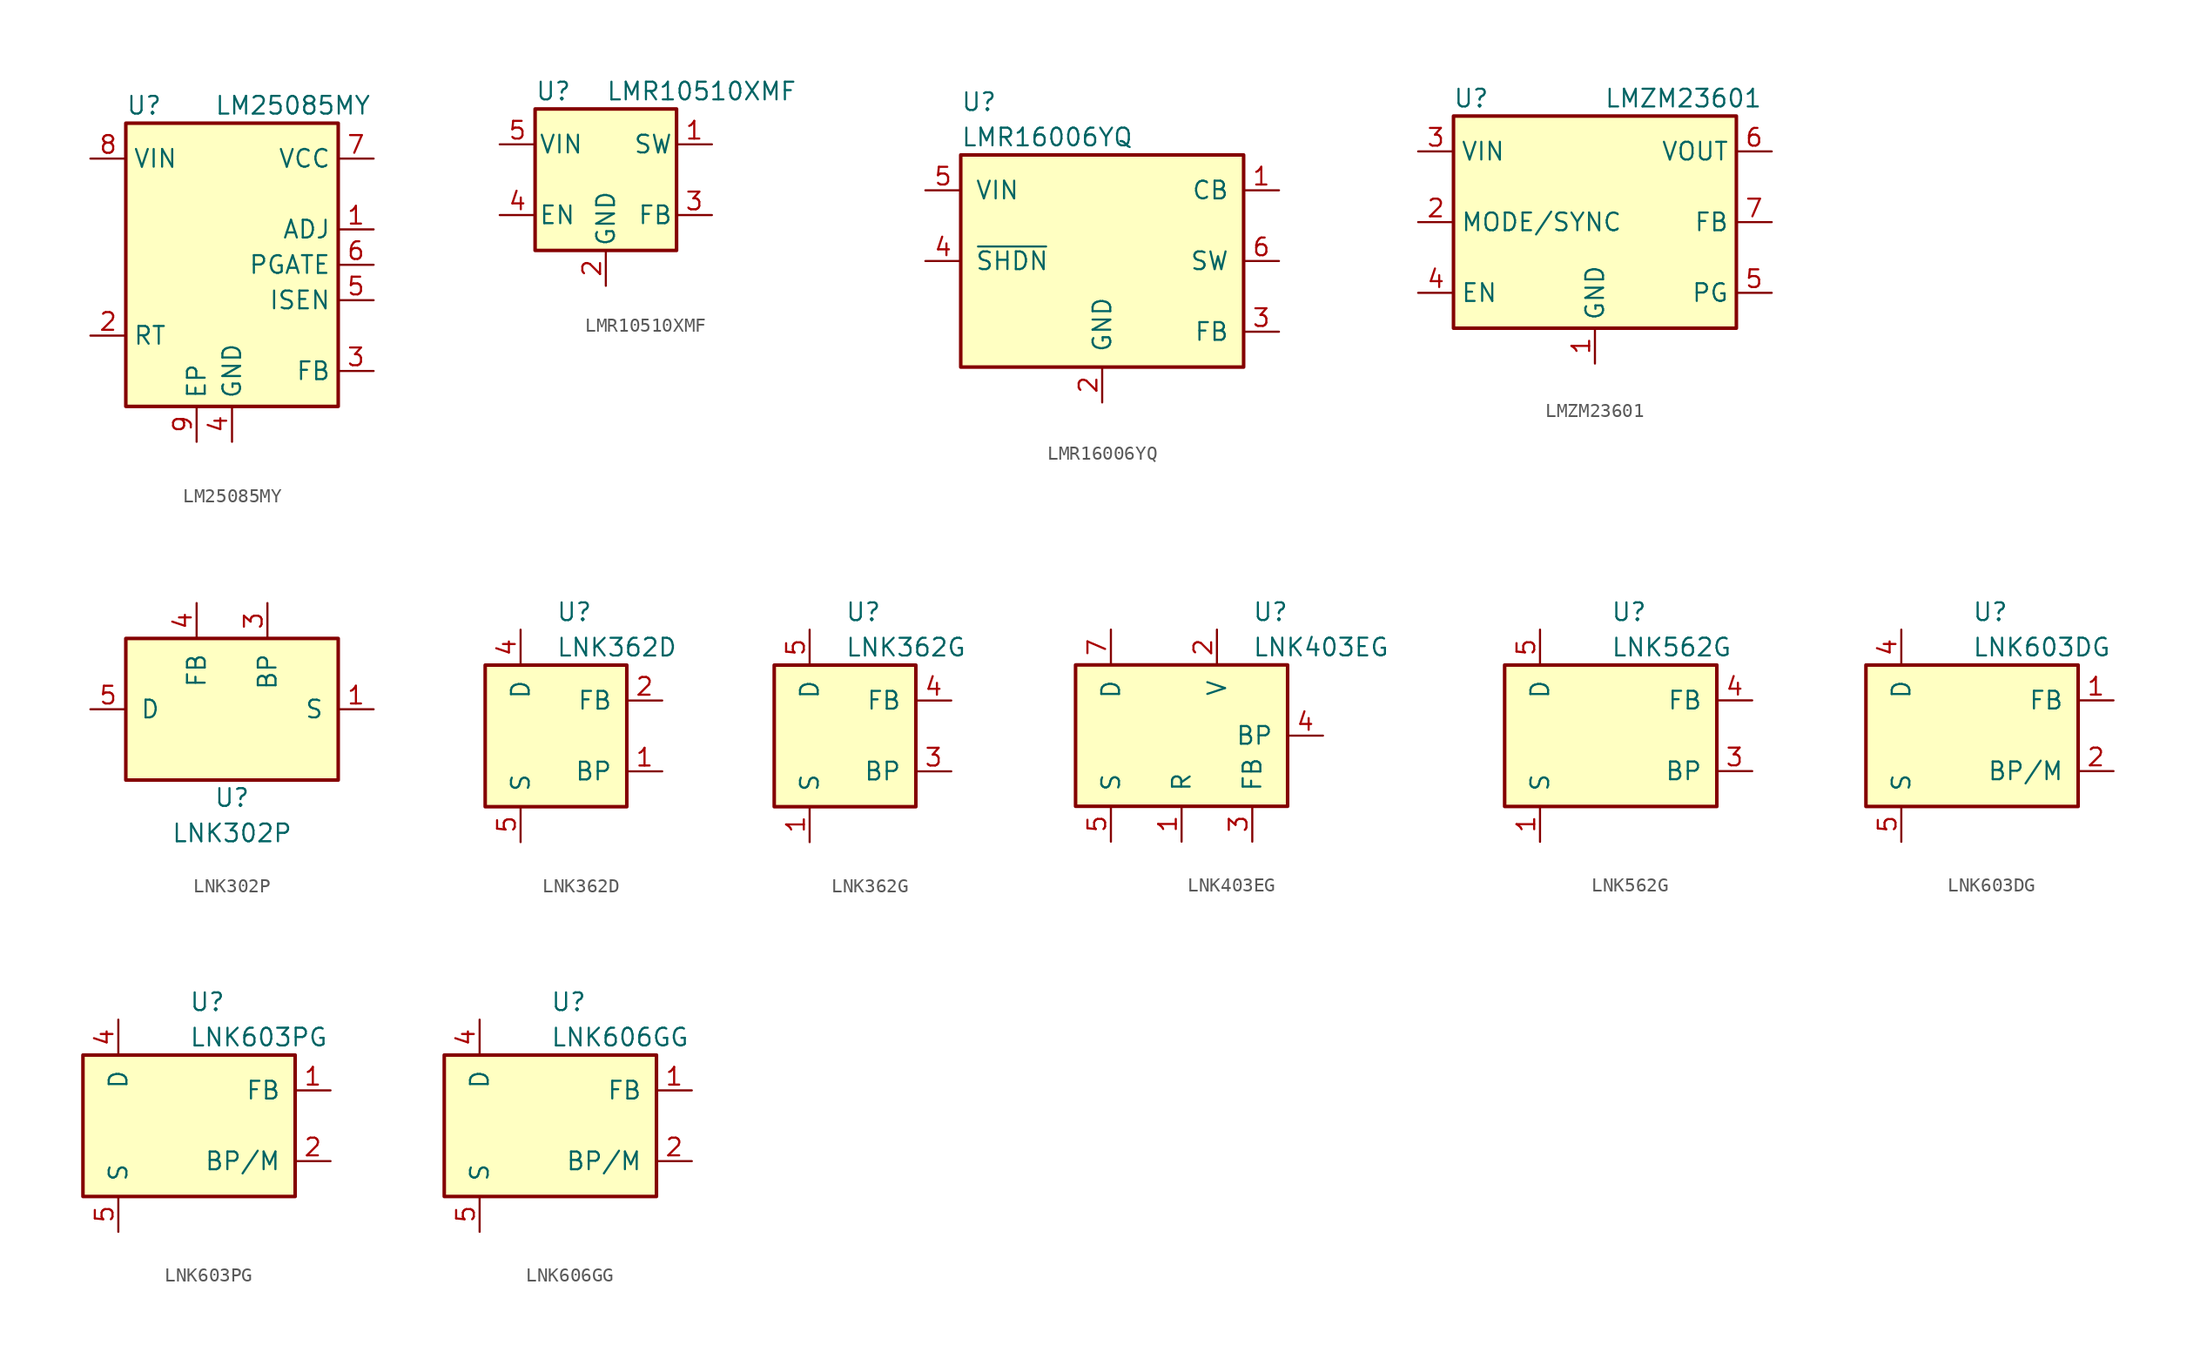
<source format=kicad_sym>
(kicad_symbol_lib
  (version 20201005)
  (generator kicad_symbol_editor)
  (symbol "LM25085MY"
    (property "Reference" "U"
      (at -7.62 11.43 0)
      (effects (font (size 1.27 1.27)) (justify left)))
    (property "Value" "LM25085MY"
      (at -1.27 11.43 0)
      (effects (font (size 1.27 1.27)) (justify left)))
    (symbol "LM25085MY_0_1"
      (rectangle (start -7.62 10.16) (end 7.62 -10.16) (stroke (width 0.254)) (fill (type background))))
    (symbol "LM25085MY_1_1"
      (pin input line (at 10.16 2.54 180) (length 2.54) (name "ADJ" (effects (font (size 1.27 1.27)))) (number "1" (effects (font (size 1.27 1.27)))))
      (pin input line (at -10.16 -5.08 0) (length 2.54) (name "RT" (effects (font (size 1.27 1.27)))) (number "2" (effects (font (size 1.27 1.27)))))
      (pin input line (at 10.16 -7.62 180) (length 2.54) (name "FB" (effects (font (size 1.27 1.27)))) (number "3" (effects (font (size 1.27 1.27)))))
      (pin power_in line (at 0 -12.7 90) (length 2.54) (name "GND" (effects (font (size 1.27 1.27)))) (number "4" (effects (font (size 1.27 1.27)))))
      (pin input line (at 10.16 -2.54 180) (length 2.54) (name "ISEN" (effects (font (size 1.27 1.27)))) (number "5" (effects (font (size 1.27 1.27)))))
      (pin output line (at 10.16 0 180) (length 2.54) (name "PGATE" (effects (font (size 1.27 1.27)))) (number "6" (effects (font (size 1.27 1.27)))))
      (pin power_out line (at 10.16 7.62 180) (length 2.54) (name "VCC" (effects (font (size 1.27 1.27)))) (number "7" (effects (font (size 1.27 1.27)))))
      (pin power_in line (at -10.16 7.62 0) (length 2.54) (name "VIN" (effects (font (size 1.27 1.27)))) (number "8" (effects (font (size 1.27 1.27)))))
      (pin passive line (at -2.54 -12.7 90) (length 2.54) (name "EP" (effects (font (size 1.27 1.27)))) (number "9" (effects (font (size 1.27 1.27)))))))
  (symbol "LMR10510XMF"
    (pin_names
      (offset 0.254))
    (property "Reference" "U"
      (at -5.08 6.35 0)
      (effects (font (size 1.27 1.27)) (justify left)))
    (property "Value" "LMR10510XMF"
      (at 0 6.35 0)
      (effects (font (size 1.27 1.27)) (justify left)))
    (symbol "LMR10510XMF_0_1"
      (rectangle (start -5.08 5.08) (end 5.08 -5.08) (stroke (width 0.254)) (fill (type background))))
    (symbol "LMR10510XMF_1_1"
      (pin output line (at 7.62 2.54 180) (length 2.54) (name "SW" (effects (font (size 1.27 1.27)))) (number "1" (effects (font (size 1.27 1.27)))))
      (pin power_in line (at 0 -7.62 90) (length 2.54) (name "GND" (effects (font (size 1.27 1.27)))) (number "2" (effects (font (size 1.27 1.27)))))
      (pin input line (at 7.62 -2.54 180) (length 2.54) (name "FB" (effects (font (size 1.27 1.27)))) (number "3" (effects (font (size 1.27 1.27)))))
      (pin input line (at -7.62 -2.54 0) (length 2.54) (name "EN" (effects (font (size 1.27 1.27)))) (number "4" (effects (font (size 1.27 1.27)))))
      (pin input line (at -7.62 2.54 0) (length 2.54) (name "VIN" (effects (font (size 1.27 1.27)))) (number "5" (effects (font (size 1.27 1.27)))))))
  (symbol "LMR16006YQ"
    (pin_names
      (offset 1.016))
    (property "Reference" "U"
      (at -10.16 11.43 0)
      (effects (font (size 1.27 1.27)) (justify left)))
    (property "Value" "LMR16006YQ"
      (at -10.16 8.89 0)
      (effects (font (size 1.27 1.27)) (justify left)))
    (symbol "LMR16006YQ_0_1"
      (rectangle (start -10.16 7.62) (end 10.16 -7.62) (stroke (width 0.254)) (fill (type background))))
    (symbol "LMR16006YQ_1_1"
      (pin input line (at 12.7 5.08 180) (length 2.54) (name "CB" (effects (font (size 1.27 1.27)))) (number "1" (effects (font (size 1.27 1.27)))))
      (pin power_in line (at 0 -10.16 90) (length 2.54) (name "GND" (effects (font (size 1.27 1.27)))) (number "2" (effects (font (size 1.27 1.27)))))
      (pin input line (at 12.7 -5.08 180) (length 2.54) (name "FB" (effects (font (size 1.27 1.27)))) (number "3" (effects (font (size 1.27 1.27)))))
      (pin input line (at -12.7 0 0) (length 2.54) (name "~SHDN" (effects (font (size 1.27 1.27)))) (number "4" (effects (font (size 1.27 1.27)))))
      (pin power_in line (at -12.7 5.08 0) (length 2.54) (name "VIN" (effects (font (size 1.27 1.27)))) (number "5" (effects (font (size 1.27 1.27)))))
      (pin output line (at 12.7 0 180) (length 2.54) (name "SW" (effects (font (size 1.27 1.27)))) (number "6" (effects (font (size 1.27 1.27)))))))
  (symbol "LMZM23601"
    (property "Reference" "U"
      (at -8.89 8.89 0)
      (effects (font (size 1.27 1.27))))
    (property "Value" "LMZM23601"
      (at 6.35 8.89 0)
      (effects (font (size 1.27 1.27))))
    (symbol "LMZM23601_0_1"
      (rectangle (start -10.16 7.62) (end 10.16 -7.62) (stroke (width 0.254)) (fill (type background))))
    (symbol "LMZM23601_1_1"
      (pin power_in line (at 0 -10.16 90) (length 2.54) (name "GND" (effects (font (size 1.27 1.27)))) (number "1" (effects (font (size 1.27 1.27)))))
      (pin no_connect line (at -2.54 -7.62 90) (length 2.54) hide (name "~" (effects (font (size 1.27 1.27)))) (number "10" (effects (font (size 1.27 1.27)))))
      (pin passive line (at 0 -10.16 90) (length 2.54) hide (name "GND" (effects (font (size 1.27 1.27)))) (number "11" (effects (font (size 1.27 1.27)))))
      (pin input line (at -12.7 0 0) (length 2.54) (name "MODE/SYNC" (effects (font (size 1.27 1.27)))) (number "2" (effects (font (size 1.27 1.27)))))
      (pin power_in line (at -12.7 5.08 0) (length 2.54) (name "VIN" (effects (font (size 1.27 1.27)))) (number "3" (effects (font (size 1.27 1.27)))))
      (pin input line (at -12.7 -5.08 0) (length 2.54) (name "EN" (effects (font (size 1.27 1.27)))) (number "4" (effects (font (size 1.27 1.27)))))
      (pin open_collector line (at 12.7 -5.08 180) (length 2.54) (name "PG" (effects (font (size 1.27 1.27)))) (number "5" (effects (font (size 1.27 1.27)))))
      (pin power_out line (at 12.7 5.08 180) (length 2.54) (name "VOUT" (effects (font (size 1.27 1.27)))) (number "6" (effects (font (size 1.27 1.27)))))
      (pin input line (at 12.7 0 180) (length 2.54) (name "FB" (effects (font (size 1.27 1.27)))) (number "7" (effects (font (size 1.27 1.27)))))
      (pin no_connect line (at 5.08 -7.62 90) (length 2.54) hide (name "~" (effects (font (size 1.27 1.27)))) (number "8" (effects (font (size 1.27 1.27)))))
      (pin no_connect line (at 2.54 -7.62 90) (length 2.54) hide (name "~" (effects (font (size 1.27 1.27)))) (number "9" (effects (font (size 1.27 1.27)))))))
  (symbol "LNK302P"
    (pin_names
      (offset 1.016))
    (property "Reference" "U"
      (at 0 -6.35 0)
      (effects (font (size 1.27 1.27))))
    (property "Value" "LNK302P"
      (at 0 -8.89 0)
      (effects (font (size 1.27 1.27))))
    (symbol "LNK302P_0_1"
      (rectangle (start -7.62 5.08) (end 7.62 -5.08) (stroke (width 0.254)) (fill (type background))))
    (symbol "LNK302P_1_1"
      (pin open_emitter line (at 10.16 0 180) (length 2.54) (name "S" (effects (font (size 1.27 1.27)))) (number "1" (effects (font (size 1.27 1.27)))))
      (pin open_emitter line (at 10.16 0 180) (length 2.54) hide (name "S" (effects (font (size 1.27 1.27)))) (number "2" (effects (font (size 1.27 1.27)))))
      (pin input line (at 2.54 7.62 270) (length 2.54) (name "BP" (effects (font (size 1.27 1.27)))) (number "3" (effects (font (size 1.27 1.27)))))
      (pin input line (at -2.54 7.62 270) (length 2.54) (name "FB" (effects (font (size 1.27 1.27)))) (number "4" (effects (font (size 1.27 1.27)))))
      (pin open_collector line (at -10.16 0 0) (length 2.54) (name "D" (effects (font (size 1.27 1.27)))) (number "5" (effects (font (size 1.27 1.27)))))
      (pin open_emitter line (at 10.16 0 180) (length 2.54) hide (name "S" (effects (font (size 1.27 1.27)))) (number "7" (effects (font (size 1.27 1.27)))))
      (pin open_emitter line (at 10.16 0 180) (length 2.54) hide (name "S" (effects (font (size 1.27 1.27)))) (number "8" (effects (font (size 1.27 1.27)))))))
  (symbol "LNK362D"
    (pin_names
      (offset 1.016))
    (property "Reference" "U"
      (at 0 8.89 0)
      (effects (font (size 1.27 1.27)) (justify left)))
    (property "Value" "LNK362D"
      (at 0 6.35 0)
      (effects (font (size 1.27 1.27)) (justify left)))
    (symbol "LNK362D_0_1"
      (rectangle (start -5.08 5.08) (end 5.08 -5.08) (stroke (width 0.254)) (fill (type background))))
    (symbol "LNK362D_1_1"
      (pin input line (at 7.62 -2.54 180) (length 2.54) (name "BP" (effects (font (size 1.27 1.27)))) (number "1" (effects (font (size 1.27 1.27)))))
      (pin input line (at 7.62 2.54 180) (length 2.54) (name "FB" (effects (font (size 1.27 1.27)))) (number "2" (effects (font (size 1.27 1.27)))))
      (pin open_collector line (at -2.54 7.62 270) (length 2.54) (name "D" (effects (font (size 1.27 1.27)))) (number "4" (effects (font (size 1.27 1.27)))))
      (pin open_emitter line (at -2.54 -7.62 90) (length 2.54) (name "S" (effects (font (size 1.27 1.27)))) (number "5" (effects (font (size 1.27 1.27)))))
      (pin open_emitter line (at -2.54 -7.62 90) (length 2.54) hide (name "S" (effects (font (size 1.27 1.27)))) (number "6" (effects (font (size 1.27 1.27)))))
      (pin open_emitter line (at -2.54 -7.62 90) (length 2.54) hide (name "S" (effects (font (size 1.27 1.27)))) (number "7" (effects (font (size 1.27 1.27)))))
      (pin open_emitter line (at -2.54 -7.62 90) (length 2.54) hide (name "S" (effects (font (size 1.27 1.27)))) (number "8" (effects (font (size 1.27 1.27)))))))
  (symbol "LNK362G"
    (pin_names
      (offset 1.016))
    (property "Reference" "U"
      (at 0 8.89 0)
      (effects (font (size 1.27 1.27)) (justify left)))
    (property "Value" "LNK362G"
      (at 0 6.35 0)
      (effects (font (size 1.27 1.27)) (justify left)))
    (symbol "LNK362G_0_1"
      (rectangle (start -5.08 5.08) (end 5.08 -5.08) (stroke (width 0.254)) (fill (type background))))
    (symbol "LNK362G_1_1"
      (pin open_emitter line (at -2.54 -7.62 90) (length 2.54) (name "S" (effects (font (size 1.27 1.27)))) (number "1" (effects (font (size 1.27 1.27)))))
      (pin open_emitter line (at -2.54 -7.62 90) (length 2.54) hide (name "S" (effects (font (size 1.27 1.27)))) (number "2" (effects (font (size 1.27 1.27)))))
      (pin input line (at 7.62 -2.54 180) (length 2.54) (name "BP" (effects (font (size 1.27 1.27)))) (number "3" (effects (font (size 1.27 1.27)))))
      (pin input line (at 7.62 2.54 180) (length 2.54) (name "FB" (effects (font (size 1.27 1.27)))) (number "4" (effects (font (size 1.27 1.27)))))
      (pin open_collector line (at -2.54 7.62 270) (length 2.54) (name "D" (effects (font (size 1.27 1.27)))) (number "5" (effects (font (size 1.27 1.27)))))
      (pin open_emitter line (at -2.54 -7.62 90) (length 2.54) hide (name "S" (effects (font (size 1.27 1.27)))) (number "7" (effects (font (size 1.27 1.27)))))
      (pin open_emitter line (at -2.54 -7.62 90) (length 2.54) hide (name "S" (effects (font (size 1.27 1.27)))) (number "8" (effects (font (size 1.27 1.27)))))))
  (symbol "LNK403EG"
    (pin_names
      (offset 1.016))
    (property "Reference" "U"
      (at 5.08 8.89 0)
      (effects (font (size 1.27 1.27)) (justify left)))
    (property "Value" "LNK403EG"
      (at 5.08 6.35 0)
      (effects (font (size 1.27 1.27)) (justify left)))
    (symbol "LNK403EG_0_1"
      (rectangle (start -7.62 5.08) (end 7.62 -5.08) (stroke (width 0.254)) (fill (type background))))
    (symbol "LNK403EG_1_1"
      (pin input line (at 0 -7.62 90) (length 2.54) (name "R" (effects (font (size 1.27 1.27)))) (number "1" (effects (font (size 1.27 1.27)))))
      (pin input line (at 2.54 7.62 270) (length 2.54) (name "V" (effects (font (size 1.27 1.27)))) (number "2" (effects (font (size 1.27 1.27)))))
      (pin input line (at 5.08 -7.62 90) (length 2.54) (name "FB" (effects (font (size 1.27 1.27)))) (number "3" (effects (font (size 1.27 1.27)))))
      (pin input line (at 10.16 0 180) (length 2.54) (name "BP" (effects (font (size 1.27 1.27)))) (number "4" (effects (font (size 1.27 1.27)))))
      (pin open_emitter line (at -5.08 -7.62 90) (length 2.54) (name "S" (effects (font (size 1.27 1.27)))) (number "5" (effects (font (size 1.27 1.27)))))
      (pin open_collector line (at -5.08 7.62 270) (length 2.54) (name "D" (effects (font (size 1.27 1.27)))) (number "7" (effects (font (size 1.27 1.27)))))))
  (symbol "LNK562G"
    (pin_names
      (offset 1.016))
    (property "Reference" "U"
      (at 0 8.89 0)
      (effects (font (size 1.27 1.27)) (justify left)))
    (property "Value" "LNK562G"
      (at 0 6.35 0)
      (effects (font (size 1.27 1.27)) (justify left)))
    (symbol "LNK562G_0_1"
      (rectangle (start -7.62 5.08) (end 7.62 -5.08) (stroke (width 0.254)) (fill (type background))))
    (symbol "LNK562G_1_1"
      (pin open_emitter line (at -5.08 -7.62 90) (length 2.54) (name "S" (effects (font (size 1.27 1.27)))) (number "1" (effects (font (size 1.27 1.27)))))
      (pin open_emitter line (at -5.08 -7.62 90) (length 2.54) hide (name "S" (effects (font (size 1.27 1.27)))) (number "2" (effects (font (size 1.27 1.27)))))
      (pin input line (at 10.16 -2.54 180) (length 2.54) (name "BP" (effects (font (size 1.27 1.27)))) (number "3" (effects (font (size 1.27 1.27)))))
      (pin input line (at 10.16 2.54 180) (length 2.54) (name "FB" (effects (font (size 1.27 1.27)))) (number "4" (effects (font (size 1.27 1.27)))))
      (pin open_collector line (at -5.08 7.62 270) (length 2.54) (name "D" (effects (font (size 1.27 1.27)))) (number "5" (effects (font (size 1.27 1.27)))))
      (pin open_emitter line (at -5.08 -7.62 90) (length 2.54) hide (name "S" (effects (font (size 1.27 1.27)))) (number "7" (effects (font (size 1.27 1.27)))))
      (pin open_emitter line (at -5.08 -7.62 90) (length 2.54) hide (name "S" (effects (font (size 1.27 1.27)))) (number "8" (effects (font (size 1.27 1.27)))))))
  (symbol "LNK603DG"
    (pin_names
      (offset 1.016))
    (property "Reference" "U"
      (at 0 8.89 0)
      (effects (font (size 1.27 1.27)) (justify left)))
    (property "Value" "LNK603DG"
      (at 0 6.35 0)
      (effects (font (size 1.27 1.27)) (justify left)))
    (symbol "LNK603DG_0_1"
      (rectangle (start -7.62 5.08) (end 7.62 -5.08) (stroke (width 0.254)) (fill (type background))))
    (symbol "LNK603DG_1_1"
      (pin input line (at 10.16 2.54 180) (length 2.54) (name "FB" (effects (font (size 1.27 1.27)))) (number "1" (effects (font (size 1.27 1.27)))))
      (pin input line (at 10.16 -2.54 180) (length 2.54) (name "BP/M" (effects (font (size 1.27 1.27)))) (number "2" (effects (font (size 1.27 1.27)))))
      (pin open_collector line (at -5.08 7.62 270) (length 2.54) (name "D" (effects (font (size 1.27 1.27)))) (number "4" (effects (font (size 1.27 1.27)))))
      (pin open_emitter line (at -5.08 -7.62 90) (length 2.54) (name "S" (effects (font (size 1.27 1.27)))) (number "5" (effects (font (size 1.27 1.27)))))
      (pin open_emitter line (at -5.08 -7.62 90) (length 2.54) hide (name "S" (effects (font (size 1.27 1.27)))) (number "6" (effects (font (size 1.27 1.27)))))
      (pin open_emitter line (at -5.08 -7.62 90) (length 2.54) hide (name "S" (effects (font (size 1.27 1.27)))) (number "7" (effects (font (size 1.27 1.27)))))
      (pin open_emitter line (at -5.08 -7.62 90) (length 2.54) hide (name "S" (effects (font (size 1.27 1.27)))) (number "8" (effects (font (size 1.27 1.27)))))))
  (symbol "LNK603PG"
    (pin_names
      (offset 1.016))
    (property "Reference" "U"
      (at 0 8.89 0)
      (effects (font (size 1.27 1.27)) (justify left)))
    (property "Value" "LNK603PG"
      (at 0 6.35 0)
      (effects (font (size 1.27 1.27)) (justify left)))
    (symbol "LNK603PG_0_1"
      (rectangle (start -7.62 5.08) (end 7.62 -5.08) (stroke (width 0.254)) (fill (type background))))
    (symbol "LNK603PG_1_1"
      (pin input line (at 10.16 2.54 180) (length 2.54) (name "FB" (effects (font (size 1.27 1.27)))) (number "1" (effects (font (size 1.27 1.27)))))
      (pin input line (at 10.16 -2.54 180) (length 2.54) (name "BP/M" (effects (font (size 1.27 1.27)))) (number "2" (effects (font (size 1.27 1.27)))))
      (pin open_collector line (at -5.08 7.62 270) (length 2.54) (name "D" (effects (font (size 1.27 1.27)))) (number "4" (effects (font (size 1.27 1.27)))))
      (pin open_emitter line (at -5.08 -7.62 90) (length 2.54) (name "S" (effects (font (size 1.27 1.27)))) (number "5" (effects (font (size 1.27 1.27)))))
      (pin open_emitter line (at -5.08 -7.62 90) (length 2.54) hide (name "S" (effects (font (size 1.27 1.27)))) (number "6" (effects (font (size 1.27 1.27)))))
      (pin open_emitter line (at -5.08 -7.62 90) (length 2.54) hide (name "S" (effects (font (size 1.27 1.27)))) (number "7" (effects (font (size 1.27 1.27)))))
      (pin open_emitter line (at -5.08 -7.62 90) (length 2.54) hide (name "S" (effects (font (size 1.27 1.27)))) (number "8" (effects (font (size 1.27 1.27)))))))
  (symbol "LNK606GG"
    (pin_names
      (offset 1.016))
    (property "Reference" "U"
      (at 0 8.89 0)
      (effects (font (size 1.27 1.27)) (justify left)))
    (property "Value" "LNK606GG"
      (at 0 6.35 0)
      (effects (font (size 1.27 1.27)) (justify left)))
    (symbol "LNK606GG_0_1"
      (rectangle (start -7.62 5.08) (end 7.62 -5.08) (stroke (width 0.254)) (fill (type background))))
    (symbol "LNK606GG_1_1"
      (pin input line (at 10.16 2.54 180) (length 2.54) (name "FB" (effects (font (size 1.27 1.27)))) (number "1" (effects (font (size 1.27 1.27)))))
      (pin input line (at 10.16 -2.54 180) (length 2.54) (name "BP/M" (effects (font (size 1.27 1.27)))) (number "2" (effects (font (size 1.27 1.27)))))
      (pin open_collector line (at -5.08 7.62 270) (length 2.54) (name "D" (effects (font (size 1.27 1.27)))) (number "4" (effects (font (size 1.27 1.27)))))
      (pin open_emitter line (at -5.08 -7.62 90) (length 2.54) (name "S" (effects (font (size 1.27 1.27)))) (number "5" (effects (font (size 1.27 1.27)))))
      (pin open_emitter line (at -5.08 -7.62 90) (length 2.54) hide (name "S" (effects (font (size 1.27 1.27)))) (number "6" (effects (font (size 1.27 1.27)))))
      (pin open_emitter line (at -5.08 -7.62 90) (length 2.54) hide (name "S" (effects (font (size 1.27 1.27)))) (number "7" (effects (font (size 1.27 1.27)))))
      (pin open_emitter line (at -5.08 -7.62 90) (length 2.54) hide (name "S" (effects (font (size 1.27 1.27)))) (number "8" (effects (font (size 1.27 1.27))))))))
</source>
